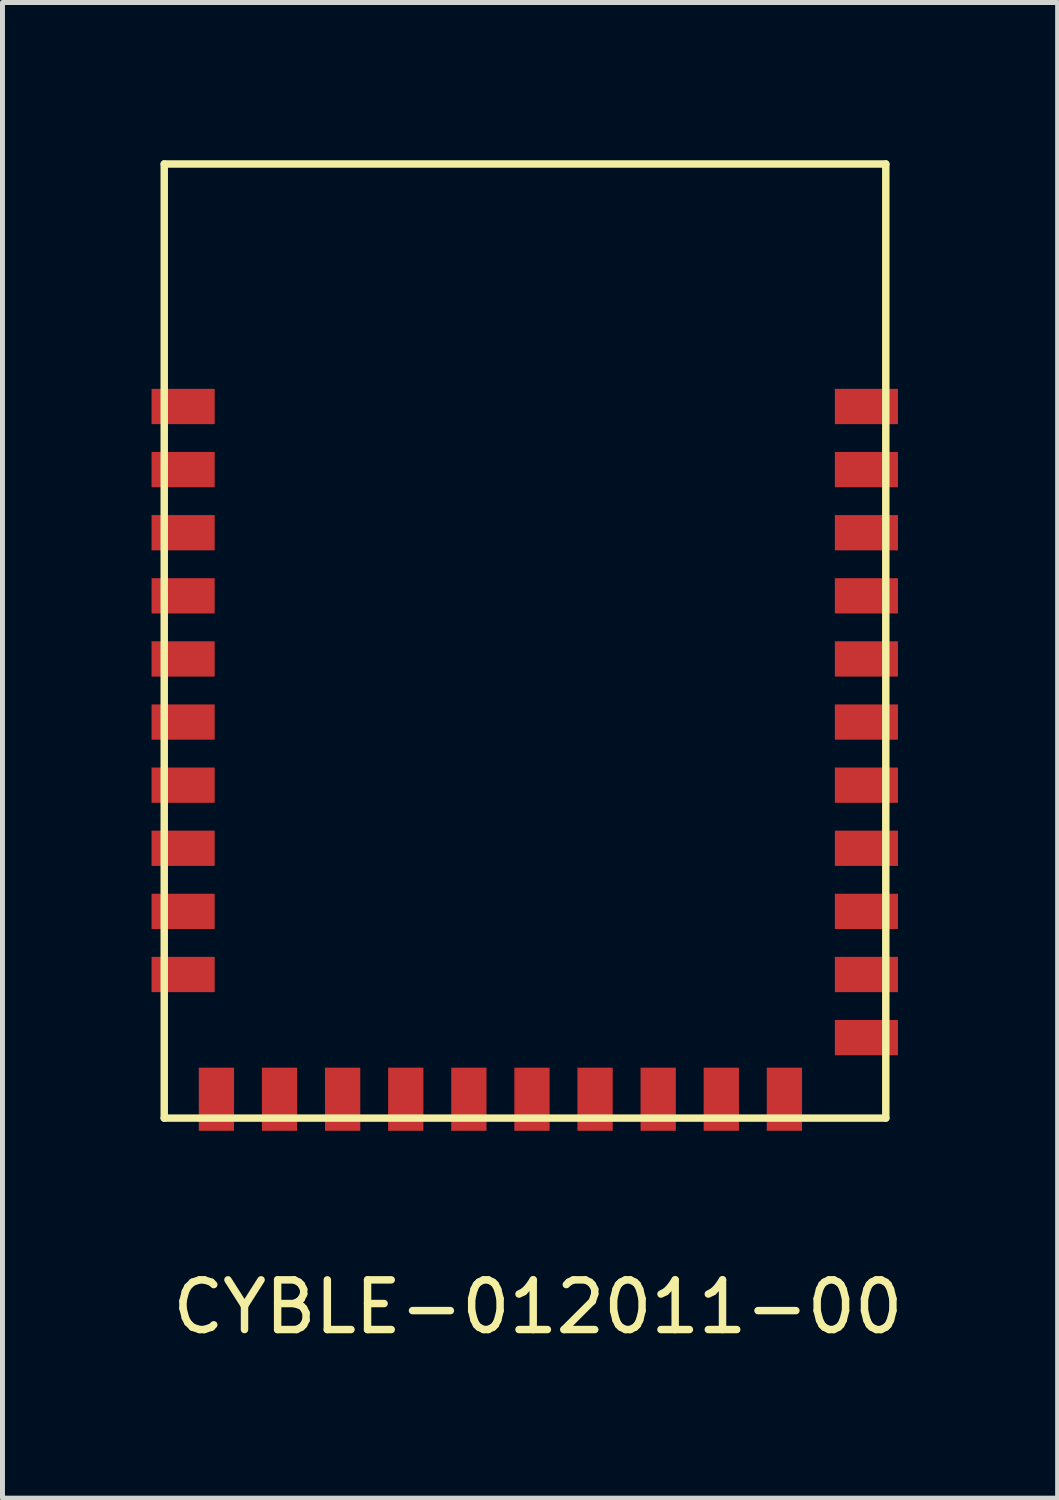
<source format=kicad_pcb>
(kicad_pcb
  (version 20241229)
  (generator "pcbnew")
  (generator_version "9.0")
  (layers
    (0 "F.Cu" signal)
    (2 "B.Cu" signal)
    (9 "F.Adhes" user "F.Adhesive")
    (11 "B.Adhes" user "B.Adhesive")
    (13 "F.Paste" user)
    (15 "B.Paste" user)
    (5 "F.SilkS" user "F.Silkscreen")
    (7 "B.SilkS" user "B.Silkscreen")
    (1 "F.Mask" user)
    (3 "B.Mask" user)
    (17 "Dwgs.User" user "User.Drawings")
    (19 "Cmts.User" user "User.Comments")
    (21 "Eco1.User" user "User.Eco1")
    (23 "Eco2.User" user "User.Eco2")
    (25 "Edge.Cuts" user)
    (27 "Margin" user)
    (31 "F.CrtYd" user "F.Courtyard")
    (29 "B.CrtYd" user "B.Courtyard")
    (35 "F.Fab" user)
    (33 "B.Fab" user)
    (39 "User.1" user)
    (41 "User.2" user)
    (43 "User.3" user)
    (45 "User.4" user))
  (footprint "CYBLE-012011-00"
    (layer "F.Cu")
    (at 14.775 0.25)
    (property "Reference" "CYBLE-012011-00" (at -7 23 0) (layer "F.SilkS") (effects (font (size 1 1) (thickness 0.15))))
    (attr through_hole)
    (fp_line (start -14.52 0) (end -14.52 19.2) (stroke (width 0.15) (type solid)) (layer "F.SilkS"))
    (fp_line (start -14.52 19.2) (end 0 19.2) (stroke (width 0.15) (type solid)) (layer "F.SilkS"))
    (fp_line (start 0 0) (end -14.52 0) (stroke (width 0.15) (type solid)) (layer "F.SilkS"))
    (fp_line (start 0 19.2) (end 0 0) (stroke (width 0.15) (type solid)) (layer "F.SilkS"))
    (pad "1" smd rect (at -0.39 4.88) (size 1.27 0.71) (layers "F.Cu" "F.Mask" "F.Paste"))
    (pad "2" smd rect (at -0.39 6.15) (size 1.27 0.71) (layers "F.Cu" "F.Mask" "F.Paste"))
    (pad "3" smd rect (at -0.39 7.42) (size 1.27 0.71) (layers "F.Cu" "F.Mask" "F.Paste"))
    (pad "4" smd rect (at -0.39 8.69) (size 1.27 0.71) (layers "F.Cu" "F.Mask" "F.Paste"))
    (pad "5" smd rect (at -0.39 9.96) (size 1.27 0.71) (layers "F.Cu" "F.Mask" "F.Paste"))
    (pad "6" smd rect (at -0.39 11.23) (size 1.27 0.71) (layers "F.Cu" "F.Mask" "F.Paste"))
    (pad "7" smd rect (at -0.39 12.5) (size 1.27 0.71) (layers "F.Cu" "F.Mask" "F.Paste"))
    (pad "8" smd rect (at -0.39 13.77) (size 1.27 0.71) (layers "F.Cu" "F.Mask" "F.Paste"))
    (pad "9" smd rect (at -0.39 15.04) (size 1.27 0.71) (layers "F.Cu" "F.Mask" "F.Paste"))
    (pad "10" smd rect (at -0.39 16.31) (size 1.27 0.71) (layers "F.Cu" "F.Mask" "F.Paste"))
    (pad "11" smd rect (at -0.39 17.58) (size 1.27 0.71) (layers "F.Cu" "F.Mask" "F.Paste"))
    (pad "12" smd rect (at -2.04 18.82 90) (size 1.27 0.71) (layers "F.Cu" "F.Mask" "F.Paste"))
    (pad "13" smd rect (at -3.31 18.82 90) (size 1.27 0.71) (layers "F.Cu" "F.Mask" "F.Paste"))
    (pad "14" smd rect (at -4.58 18.82 90) (size 1.27 0.71) (layers "F.Cu" "F.Mask" "F.Paste"))
    (pad "15" smd rect (at -5.85 18.82 90) (size 1.27 0.71) (layers "F.Cu" "F.Mask" "F.Paste"))
    (pad "16" smd rect (at -7.12 18.82 90) (size 1.27 0.71) (layers "F.Cu" "F.Mask" "F.Paste"))
    (pad "17" smd rect (at -8.39 18.82 90) (size 1.27 0.71) (layers "F.Cu" "F.Mask" "F.Paste"))
    (pad "18" smd rect (at -9.66 18.82 90) (size 1.27 0.71) (layers "F.Cu" "F.Mask" "F.Paste"))
    (pad "19" smd rect (at -10.93 18.82 90) (size 1.27 0.71) (layers "F.Cu" "F.Mask" "F.Paste"))
    (pad "20" smd rect (at -12.2 18.82 90) (size 1.27 0.71) (layers "F.Cu" "F.Mask" "F.Paste"))
    (pad "21" smd rect (at -13.47 18.82 90) (size 1.27 0.71) (layers "F.Cu" "F.Mask" "F.Paste"))
    (pad "22" smd rect (at -14.14 16.31) (size 1.27 0.71) (layers "F.Cu" "F.Mask" "F.Paste"))
    (pad "23" smd rect (at -14.14 15.04) (size 1.27 0.71) (layers "F.Cu" "F.Mask" "F.Paste"))
    (pad "24" smd rect (at -14.14 13.77) (size 1.27 0.71) (layers "F.Cu" "F.Mask" "F.Paste"))
    (pad "25" smd rect (at -14.14 12.5) (size 1.27 0.71) (layers "F.Cu" "F.Mask" "F.Paste"))
    (pad "26" smd rect (at -14.14 11.23) (size 1.27 0.71) (layers "F.Cu" "F.Mask" "F.Paste"))
    (pad "27" smd rect (at -14.14 9.96) (size 1.27 0.71) (layers "F.Cu" "F.Mask" "F.Paste"))
    (pad "28" smd rect (at -14.14 8.69) (size 1.27 0.71) (layers "F.Cu" "F.Mask" "F.Paste"))
    (pad "29" smd rect (at -14.14 7.42) (size 1.27 0.71) (layers "F.Cu" "F.Mask" "F.Paste"))
    (pad "30" smd rect (at -14.14 6.15) (size 1.27 0.71) (layers "F.Cu" "F.Mask" "F.Paste"))
    (pad "31" smd rect (at -14.14 4.88) (size 1.27 0.71) (layers "F.Cu" "F.Mask" "F.Paste")))
  (gr_rect
    (start -3 -3)
    (end 18.233 27.098)
    (stroke (width 0.1) (type default))
    (fill no)
    (layer "Edge.Cuts")))
</source>
